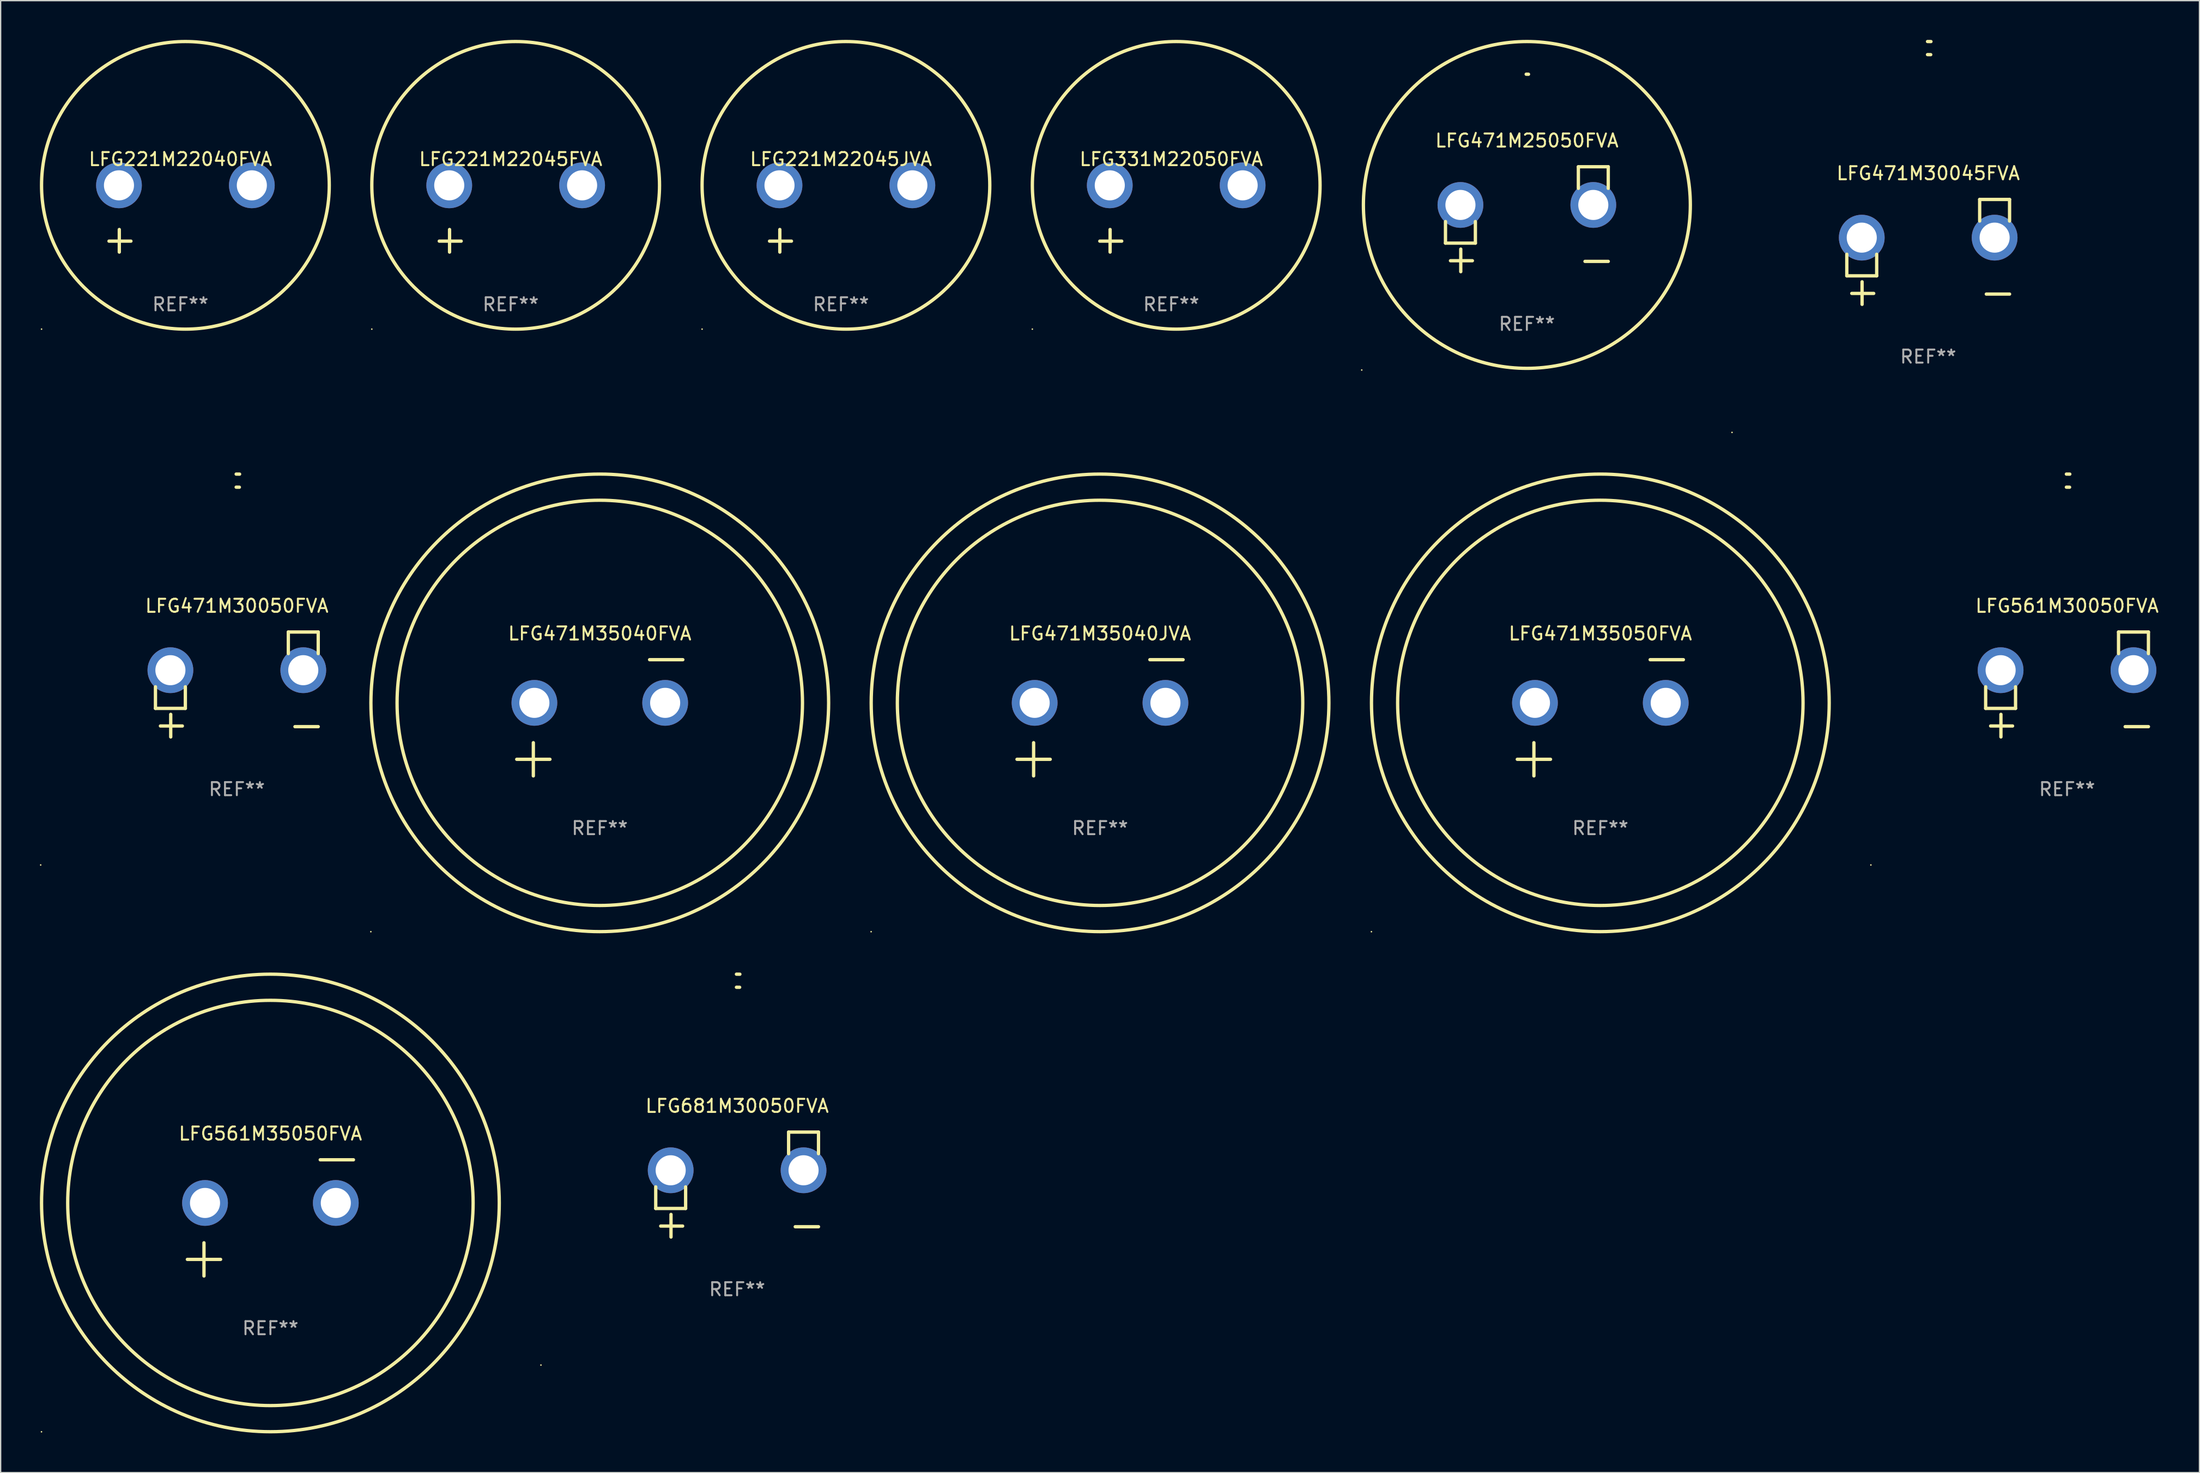
<source format=kicad_pcb>
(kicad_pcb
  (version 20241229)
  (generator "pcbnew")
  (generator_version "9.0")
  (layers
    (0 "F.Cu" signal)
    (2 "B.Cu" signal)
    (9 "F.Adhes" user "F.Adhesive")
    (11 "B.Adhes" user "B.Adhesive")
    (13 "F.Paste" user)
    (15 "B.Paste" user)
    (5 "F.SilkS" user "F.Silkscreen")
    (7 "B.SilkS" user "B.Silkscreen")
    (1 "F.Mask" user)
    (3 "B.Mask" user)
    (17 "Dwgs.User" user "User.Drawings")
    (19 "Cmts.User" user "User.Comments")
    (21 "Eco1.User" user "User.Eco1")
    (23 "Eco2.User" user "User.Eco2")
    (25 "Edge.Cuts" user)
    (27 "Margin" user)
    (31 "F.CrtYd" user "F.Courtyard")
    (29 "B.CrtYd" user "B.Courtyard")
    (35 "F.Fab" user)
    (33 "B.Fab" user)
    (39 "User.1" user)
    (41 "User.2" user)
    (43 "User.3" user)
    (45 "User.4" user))
  (footprint "LFG221M22045FVA"
    (layer "F.Cu")
    (at 36 13.68)
    (property "Reference" "LFG221M22045FVA" (at 0 -4.553 0) (layer "F.SilkS") (effects (font (size 1 1) (thickness 0.15))))
    (attr through_hole)
    (fp_line (start -4.674 2.553) (end -4.674 0.826) (stroke (width 0.254) (type solid)) (layer "F.SilkS"))
    (fp_line (start -3.785 1.715) (end -5.461 1.715) (stroke (width 0.254) (type solid)) (layer "F.SilkS"))
    (fp_circle (center -10.619 8.447) (end -10.589 8.447) (stroke (width 0.06) (type solid)) (fill no) (layer "F.SilkS"))
    (fp_circle (center 0.381 -2.553) (end 11.381 -2.553) (stroke (width 0.254) (type solid)) (fill no) (layer "F.SilkS"))
    (fp_text user "REF**" (at 0 6.553 0) (layer "F.Fab") (effects (font (size 1 1) (thickness 0.15))))
    (pad "1" thru_hole circle (at -4.699 -2.553) (size 3.5 3.5) (drill 2.3) (layers "*.Cu" "*.Mask"))
    (pad "2" thru_hole circle (at 5.461 -2.553) (size 3.5 3.5) (drill 2.3) (layers "*.Cu" "*.Mask")))
  (footprint "LFG221M22040FVA"
    (layer "F.Cu")
    (at 10.746 13.68)
    (property "Reference" "LFG221M22040FVA" (at 0 -4.553 0) (layer "F.SilkS") (effects (font (size 1 1) (thickness 0.15))))
    (attr through_hole)
    (fp_line (start -4.674 2.553) (end -4.674 0.826) (stroke (width 0.254) (type solid)) (layer "F.SilkS"))
    (fp_line (start -3.785 1.715) (end -5.461 1.715) (stroke (width 0.254) (type solid)) (layer "F.SilkS"))
    (fp_circle (center -10.619 8.447) (end -10.589 8.447) (stroke (width 0.06) (type solid)) (fill no) (layer "F.SilkS"))
    (fp_circle (center 0.381 -2.553) (end 11.381 -2.553) (stroke (width 0.254) (type solid)) (fill no) (layer "F.SilkS"))
    (fp_text user "REF**" (at 0 6.553 0) (layer "F.Fab") (effects (font (size 1 1) (thickness 0.15))))
    (pad "1" thru_hole circle (at -4.699 -2.553) (size 3.5 3.5) (drill 2.3) (layers "*.Cu" "*.Mask"))
    (pad "2" thru_hole circle (at 5.461 -2.553) (size 3.5 3.5) (drill 2.3) (layers "*.Cu" "*.Mask")))
  (footprint "LFG331M22050FVA"
    (layer "F.Cu")
    (at 86.508 13.68)
    (property "Reference" "LFG331M22050FVA" (at 0 -4.553 0) (layer "F.SilkS") (effects (font (size 1 1) (thickness 0.15))))
    (attr through_hole)
    (fp_line (start -4.674 2.553) (end -4.674 0.826) (stroke (width 0.254) (type solid)) (layer "F.SilkS"))
    (fp_line (start -3.785 1.715) (end -5.461 1.715) (stroke (width 0.254) (type solid)) (layer "F.SilkS"))
    (fp_circle (center -10.619 8.447) (end -10.589 8.447) (stroke (width 0.06) (type solid)) (fill no) (layer "F.SilkS"))
    (fp_circle (center 0.381 -2.553) (end 11.381 -2.553) (stroke (width 0.254) (type solid)) (fill no) (layer "F.SilkS"))
    (fp_text user "REF**" (at 0 6.553 0) (layer "F.Fab") (effects (font (size 1 1) (thickness 0.15))))
    (pad "1" thru_hole circle (at -4.699 -2.553) (size 3.5 3.5) (drill 2.3) (layers "*.Cu" "*.Mask"))
    (pad "2" thru_hole circle (at 5.461 -2.553) (size 3.5 3.5) (drill 2.3) (layers "*.Cu" "*.Mask")))
  (footprint "LFG471M35040JVA"
    (layer "F.Cu")
    (at 81.066 51.858)
    (property "Reference" "LFG471M35040JVA" (at 0 -6.445 0) (layer "F.SilkS") (effects (font (size 1 1) (thickness 0.15))))
    (attr through_hole)
    (fp_line (start -6.35 3.175) (end -3.81 3.175) (stroke (width 0.254) (type solid)) (layer "F.SilkS"))
    (fp_line (start -5.08 1.905) (end -5.08 4.445) (stroke (width 0.254) (type solid)) (layer "F.SilkS"))
    (fp_line (start 3.81 -4.445) (end 6.35 -4.445) (stroke (width 0.254) (type solid)) (layer "F.SilkS"))
    (fp_circle (center -17.505 16.362) (end -17.475 16.362) (stroke (width 0.06) (type solid)) (fill no) (layer "F.SilkS"))
    (fp_circle (center 0 -1.143) (end 15.5 -1.143) (stroke (width 0.254) (type solid)) (fill no) (layer "F.SilkS"))
    (fp_circle (center 0 -1.143) (end 17.5 -1.143) (stroke (width 0.254) (type solid)) (fill no) (layer "F.SilkS"))
    (fp_text user "REF**" (at 0 8.445 0) (layer "F.Fab") (effects (font (size 1 1) (thickness 0.15))))
    (pad "1" thru_hole circle (at -5 -1.143) (size 3.5 3.5) (drill 2.3) (layers "*.Cu" "*.Mask"))
    (pad "2" thru_hole circle (at 5 -1.143) (size 3.5 3.5) (drill 2.3) (layers "*.Cu" "*.Mask")))
  (footprint "LFG471M30045FVA"
    (layer "F.Cu")
    (at 144.39 16.22)
    (property "Reference" "LFG471M30045FVA" (at 0 -6.013 0) (layer "F.SilkS") (effects (font (size 1 1) (thickness 0.15))))
    (attr through_hole)
    (fp_line (start -6.223 0.178) (end -6.223 1.829) (stroke (width 0.254) (type solid)) (layer "F.SilkS"))
    (fp_line (start -6.223 1.829) (end -3.937 1.829) (stroke (width 0.254) (type solid)) (layer "F.SilkS"))
    (fp_line (start -5.055 4.013) (end -5.055 2.286) (stroke (width 0.254) (type solid)) (layer "F.SilkS"))
    (fp_line (start -4.166 3.175) (end -5.842 3.175) (stroke (width 0.254) (type solid)) (layer "F.SilkS"))
    (fp_line (start -3.937 1.829) (end -3.937 0.178) (stroke (width 0.254) (type solid)) (layer "F.SilkS"))
    (fp_line (start 3.937 -4.013) (end 3.937 -2.362) (stroke (width 0.254) (type solid)) (layer "F.SilkS"))
    (fp_line (start 6.223 -4.013) (end 3.937 -4.013) (stroke (width 0.254) (type solid)) (layer "F.SilkS"))
    (fp_line (start 6.223 -2.362) (end 6.223 -4.013) (stroke (width 0.254) (type solid)) (layer "F.SilkS"))
    (fp_line (start 6.223 3.226) (end 4.445 3.226) (stroke (width 0.254) (type solid)) (layer "F.SilkS"))
    (fp_arc (start -0.0508 -16.093472) (mid 0.080016 -16.092762) (end 0.210821 -16.090932) (stroke (width 0.254001) (type solid)) (layer "F.SilkS"))
    (fp_arc (start -0.0508 -15.09271) (mid 0.071125 -15.091961) (end 0.19304 -15.09017) (stroke (width 0.254001) (type solid)) (layer "F.SilkS"))
    (fp_circle (center -15 13.808) (end -14.97 13.808) (stroke (width 0.06) (type solid)) (fill no) (layer "F.SilkS"))
    (fp_text user "REF**" (at 0 8.013 0) (layer "F.Fab") (effects (font (size 1 1) (thickness 0.15))))
    (pad "1" thru_hole circle (at -5.08 -1.092) (size 3.5 3.5) (drill 2.3) (layers "*.Cu" "*.Mask"))
    (pad "2" thru_hole circle (at 5.08 -1.092) (size 3.5 3.5) (drill 2.3) (layers "*.Cu" "*.Mask")))
  (footprint "LFG561M35050FVA"
    (layer "F.Cu")
    (at 17.627 90.113)
    (property "Reference" "LFG561M35050FVA" (at 0 -6.445 0) (layer "F.SilkS") (effects (font (size 1 1) (thickness 0.15))))
    (attr through_hole)
    (fp_line (start -6.35 3.175) (end -3.81 3.175) (stroke (width 0.254) (type solid)) (layer "F.SilkS"))
    (fp_line (start -5.08 1.905) (end -5.08 4.445) (stroke (width 0.254) (type solid)) (layer "F.SilkS"))
    (fp_line (start 3.81 -4.445) (end 6.35 -4.445) (stroke (width 0.254) (type solid)) (layer "F.SilkS"))
    (fp_circle (center -17.505 16.362) (end -17.475 16.362) (stroke (width 0.06) (type solid)) (fill no) (layer "F.SilkS"))
    (fp_circle (center 0 -1.143) (end 15.5 -1.143) (stroke (width 0.254) (type solid)) (fill no) (layer "F.SilkS"))
    (fp_circle (center 0 -1.143) (end 17.5 -1.143) (stroke (width 0.254) (type solid)) (fill no) (layer "F.SilkS"))
    (fp_text user "REF**" (at 0 8.445 0) (layer "F.Fab") (effects (font (size 1 1) (thickness 0.15))))
    (pad "1" thru_hole circle (at -5 -1.143) (size 3.5 3.5) (drill 2.3) (layers "*.Cu" "*.Mask"))
    (pad "2" thru_hole circle (at 5 -1.143) (size 3.5 3.5) (drill 2.3) (layers "*.Cu" "*.Mask")))
  (footprint "LFG471M25050FVA"
    (layer "F.Cu")
    (at 113.703 13.719)
    (property "Reference" "LFG471M25050FVA" (at 0 -6.013 0) (layer "F.SilkS") (effects (font (size 1 1) (thickness 0.15))))
    (attr through_hole)
    (fp_line (start -6.223 0.178) (end -6.223 1.829) (stroke (width 0.254) (type solid)) (layer "F.SilkS"))
    (fp_line (start -6.223 1.829) (end -3.937 1.829) (stroke (width 0.254) (type solid)) (layer "F.SilkS"))
    (fp_line (start -5.055 4.013) (end -5.055 2.286) (stroke (width 0.254) (type solid)) (layer "F.SilkS"))
    (fp_line (start -4.166 3.175) (end -5.842 3.175) (stroke (width 0.254) (type solid)) (layer "F.SilkS"))
    (fp_line (start -3.937 1.829) (end -3.937 0.178) (stroke (width 0.254) (type solid)) (layer "F.SilkS"))
    (fp_line (start 3.937 -4.013) (end 3.937 -2.362) (stroke (width 0.254) (type solid)) (layer "F.SilkS"))
    (fp_line (start 6.223 -4.013) (end 3.937 -4.013) (stroke (width 0.254) (type solid)) (layer "F.SilkS"))
    (fp_line (start 6.223 -2.362) (end 6.223 -4.013) (stroke (width 0.254) (type solid)) (layer "F.SilkS"))
    (fp_line (start 6.223 3.226) (end 4.445 3.226) (stroke (width 0.254) (type solid)) (layer "F.SilkS"))
    (fp_arc (start -0.0508 -11.092202) (mid 0.036835 -11.091307) (end 0.12446 -11.089662) (stroke (width 0.254001) (type solid)) (layer "F.SilkS"))
    (fp_circle (center -12.627 11.535) (end -12.597 11.535) (stroke (width 0.06) (type solid)) (fill no) (layer "F.SilkS"))
    (fp_circle (center 0 -1.092) (end 12.5 -1.092) (stroke (width 0.254) (type solid)) (fill no) (layer "F.SilkS"))
    (fp_text user "REF**" (at 0 8.013 0) (layer "F.Fab") (effects (font (size 1 1) (thickness 0.15))))
    (pad "1" thru_hole circle (at -5.08 -1.092) (size 3.5 3.5) (drill 2.3) (layers "*.Cu" "*.Mask"))
    (pad "2" thru_hole circle (at 5.08 -1.092) (size 3.5 3.5) (drill 2.3) (layers "*.Cu" "*.Mask")))
  (footprint "LFG471M35050FVA"
    (layer "F.Cu")
    (at 119.321 51.858)
    (property "Reference" "LFG471M35050FVA" (at 0 -6.445 0) (layer "F.SilkS") (effects (font (size 1 1) (thickness 0.15))))
    (attr through_hole)
    (fp_line (start -6.35 3.175) (end -3.81 3.175) (stroke (width 0.254) (type solid)) (layer "F.SilkS"))
    (fp_line (start -5.08 1.905) (end -5.08 4.445) (stroke (width 0.254) (type solid)) (layer "F.SilkS"))
    (fp_line (start 3.81 -4.445) (end 6.35 -4.445) (stroke (width 0.254) (type solid)) (layer "F.SilkS"))
    (fp_circle (center -17.505 16.362) (end -17.475 16.362) (stroke (width 0.06) (type solid)) (fill no) (layer "F.SilkS"))
    (fp_circle (center 0 -1.143) (end 15.5 -1.143) (stroke (width 0.254) (type solid)) (fill no) (layer "F.SilkS"))
    (fp_circle (center 0 -1.143) (end 17.5 -1.143) (stroke (width 0.254) (type solid)) (fill no) (layer "F.SilkS"))
    (fp_text user "REF**" (at 0 8.445 0) (layer "F.Fab") (effects (font (size 1 1) (thickness 0.15))))
    (pad "1" thru_hole circle (at -5 -1.143) (size 3.5 3.5) (drill 2.3) (layers "*.Cu" "*.Mask"))
    (pad "2" thru_hole circle (at 5 -1.143) (size 3.5 3.5) (drill 2.3) (layers "*.Cu" "*.Mask")))
  (footprint "LFG221M22045JVA"
    (layer "F.Cu")
    (at 61.254 13.68)
    (property "Reference" "LFG221M22045JVA" (at 0 -4.553 0) (layer "F.SilkS") (effects (font (size 1 1) (thickness 0.15))))
    (attr through_hole)
    (fp_line (start -4.674 2.553) (end -4.674 0.826) (stroke (width 0.254) (type solid)) (layer "F.SilkS"))
    (fp_line (start -3.785 1.715) (end -5.461 1.715) (stroke (width 0.254) (type solid)) (layer "F.SilkS"))
    (fp_circle (center -10.619 8.447) (end -10.589 8.447) (stroke (width 0.06) (type solid)) (fill no) (layer "F.SilkS"))
    (fp_circle (center 0.381 -2.553) (end 11.381 -2.553) (stroke (width 0.254) (type solid)) (fill no) (layer "F.SilkS"))
    (fp_text user "REF**" (at 0 6.553 0) (layer "F.Fab") (effects (font (size 1 1) (thickness 0.15))))
    (pad "1" thru_hole circle (at -4.699 -2.553) (size 3.5 3.5) (drill 2.3) (layers "*.Cu" "*.Mask"))
    (pad "2" thru_hole circle (at 5.461 -2.553) (size 3.5 3.5) (drill 2.3) (layers "*.Cu" "*.Mask")))
  (footprint "LFG471M35040FVA"
    (layer "F.Cu")
    (at 42.812 51.858)
    (property "Reference" "LFG471M35040FVA" (at 0 -6.445 0) (layer "F.SilkS") (effects (font (size 1 1) (thickness 0.15))))
    (attr through_hole)
    (fp_line (start -6.35 3.175) (end -3.81 3.175) (stroke (width 0.254) (type solid)) (layer "F.SilkS"))
    (fp_line (start -5.08 1.905) (end -5.08 4.445) (stroke (width 0.254) (type solid)) (layer "F.SilkS"))
    (fp_line (start 3.81 -4.445) (end 6.35 -4.445) (stroke (width 0.254) (type solid)) (layer "F.SilkS"))
    (fp_circle (center -17.505 16.362) (end -17.475 16.362) (stroke (width 0.06) (type solid)) (fill no) (layer "F.SilkS"))
    (fp_circle (center 0 -1.143) (end 15.5 -1.143) (stroke (width 0.254) (type solid)) (fill no) (layer "F.SilkS"))
    (fp_circle (center 0 -1.143) (end 17.5 -1.143) (stroke (width 0.254) (type solid)) (fill no) (layer "F.SilkS"))
    (fp_text user "REF**" (at 0 8.445 0) (layer "F.Fab") (effects (font (size 1 1) (thickness 0.15))))
    (pad "1" thru_hole circle (at -5 -1.143) (size 3.5 3.5) (drill 2.3) (layers "*.Cu" "*.Mask"))
    (pad "2" thru_hole circle (at 5 -1.143) (size 3.5 3.5) (drill 2.3) (layers "*.Cu" "*.Mask")))
  (footprint "LFG561M30050FVA"
    (layer "F.Cu")
    (at 155.008 49.309)
    (property "Reference" "LFG561M30050FVA" (at 0 -6.013 0) (layer "F.SilkS") (effects (font (size 1 1) (thickness 0.15))))
    (attr through_hole)
    (fp_line (start -6.223 0.178) (end -6.223 1.829) (stroke (width 0.254) (type solid)) (layer "F.SilkS"))
    (fp_line (start -6.223 1.829) (end -3.937 1.829) (stroke (width 0.254) (type solid)) (layer "F.SilkS"))
    (fp_line (start -5.055 4.013) (end -5.055 2.286) (stroke (width 0.254) (type solid)) (layer "F.SilkS"))
    (fp_line (start -4.166 3.175) (end -5.842 3.175) (stroke (width 0.254) (type solid)) (layer "F.SilkS"))
    (fp_line (start -3.937 1.829) (end -3.937 0.178) (stroke (width 0.254) (type solid)) (layer "F.SilkS"))
    (fp_line (start 3.937 -4.013) (end 3.937 -2.362) (stroke (width 0.254) (type solid)) (layer "F.SilkS"))
    (fp_line (start 6.223 -4.013) (end 3.937 -4.013) (stroke (width 0.254) (type solid)) (layer "F.SilkS"))
    (fp_line (start 6.223 -2.362) (end 6.223 -4.013) (stroke (width 0.254) (type solid)) (layer "F.SilkS"))
    (fp_line (start 6.223 3.226) (end 4.445 3.226) (stroke (width 0.254) (type solid)) (layer "F.SilkS"))
    (fp_arc (start -0.0508 -16.093472) (mid 0.080016 -16.092762) (end 0.210821 -16.090932) (stroke (width 0.254001) (type solid)) (layer "F.SilkS"))
    (fp_arc (start -0.0508 -15.09271) (mid 0.071125 -15.091961) (end 0.19304 -15.09017) (stroke (width 0.254001) (type solid)) (layer "F.SilkS"))
    (fp_circle (center -15 13.808) (end -14.97 13.808) (stroke (width 0.06) (type solid)) (fill no) (layer "F.SilkS"))
    (fp_text user "REF**" (at 0 8.013 0) (layer "F.Fab") (effects (font (size 1 1) (thickness 0.15))))
    (pad "1" thru_hole circle (at -5.08 -1.092) (size 3.5 3.5) (drill 2.3) (layers "*.Cu" "*.Mask"))
    (pad "2" thru_hole circle (at 5.08 -1.092) (size 3.5 3.5) (drill 2.3) (layers "*.Cu" "*.Mask")))
  (footprint "LFG681M30050FVA"
    (layer "F.Cu")
    (at 53.314 87.563)
    (property "Reference" "LFG681M30050FVA" (at 0 -6.013 0) (layer "F.SilkS") (effects (font (size 1 1) (thickness 0.15))))
    (attr through_hole)
    (fp_line (start -6.223 0.178) (end -6.223 1.829) (stroke (width 0.254) (type solid)) (layer "F.SilkS"))
    (fp_line (start -6.223 1.829) (end -3.937 1.829) (stroke (width 0.254) (type solid)) (layer "F.SilkS"))
    (fp_line (start -5.055 4.013) (end -5.055 2.286) (stroke (width 0.254) (type solid)) (layer "F.SilkS"))
    (fp_line (start -4.166 3.175) (end -5.842 3.175) (stroke (width 0.254) (type solid)) (layer "F.SilkS"))
    (fp_line (start -3.937 1.829) (end -3.937 0.178) (stroke (width 0.254) (type solid)) (layer "F.SilkS"))
    (fp_line (start 3.937 -4.013) (end 3.937 -2.362) (stroke (width 0.254) (type solid)) (layer "F.SilkS"))
    (fp_line (start 6.223 -4.013) (end 3.937 -4.013) (stroke (width 0.254) (type solid)) (layer "F.SilkS"))
    (fp_line (start 6.223 -2.362) (end 6.223 -4.013) (stroke (width 0.254) (type solid)) (layer "F.SilkS"))
    (fp_line (start 6.223 3.226) (end 4.445 3.226) (stroke (width 0.254) (type solid)) (layer "F.SilkS"))
    (fp_arc (start -0.0508 -16.093472) (mid 0.080016 -16.092762) (end 0.210821 -16.090932) (stroke (width 0.254001) (type solid)) (layer "F.SilkS"))
    (fp_arc (start -0.0508 -15.09271) (mid 0.071125 -15.091961) (end 0.19304 -15.09017) (stroke (width 0.254001) (type solid)) (layer "F.SilkS"))
    (fp_circle (center -15 13.808) (end -14.97 13.808) (stroke (width 0.06) (type solid)) (fill no) (layer "F.SilkS"))
    (fp_text user "REF**" (at 0 8.013 0) (layer "F.Fab") (effects (font (size 1 1) (thickness 0.15))))
    (pad "1" thru_hole circle (at -5.08 -1.092) (size 3.5 3.5) (drill 2.3) (layers "*.Cu" "*.Mask"))
    (pad "2" thru_hole circle (at 5.08 -1.092) (size 3.5 3.5) (drill 2.3) (layers "*.Cu" "*.Mask")))
  (footprint "LFG471M30050FVA"
    (layer "F.Cu")
    (at 15.06 49.309)
    (property "Reference" "LFG471M30050FVA" (at 0 -6.013 0) (layer "F.SilkS") (effects (font (size 1 1) (thickness 0.15))))
    (attr through_hole)
    (fp_line (start -6.223 0.178) (end -6.223 1.829) (stroke (width 0.254) (type solid)) (layer "F.SilkS"))
    (fp_line (start -6.223 1.829) (end -3.937 1.829) (stroke (width 0.254) (type solid)) (layer "F.SilkS"))
    (fp_line (start -5.055 4.013) (end -5.055 2.286) (stroke (width 0.254) (type solid)) (layer "F.SilkS"))
    (fp_line (start -4.166 3.175) (end -5.842 3.175) (stroke (width 0.254) (type solid)) (layer "F.SilkS"))
    (fp_line (start -3.937 1.829) (end -3.937 0.178) (stroke (width 0.254) (type solid)) (layer "F.SilkS"))
    (fp_line (start 3.937 -4.013) (end 3.937 -2.362) (stroke (width 0.254) (type solid)) (layer "F.SilkS"))
    (fp_line (start 6.223 -4.013) (end 3.937 -4.013) (stroke (width 0.254) (type solid)) (layer "F.SilkS"))
    (fp_line (start 6.223 -2.362) (end 6.223 -4.013) (stroke (width 0.254) (type solid)) (layer "F.SilkS"))
    (fp_line (start 6.223 3.226) (end 4.445 3.226) (stroke (width 0.254) (type solid)) (layer "F.SilkS"))
    (fp_arc (start -0.0508 -16.093472) (mid 0.080016 -16.092762) (end 0.210821 -16.090932) (stroke (width 0.254001) (type solid)) (layer "F.SilkS"))
    (fp_arc (start -0.0508 -15.09271) (mid 0.071125 -15.091961) (end 0.19304 -15.09017) (stroke (width 0.254001) (type solid)) (layer "F.SilkS"))
    (fp_circle (center -15 13.808) (end -14.97 13.808) (stroke (width 0.06) (type solid)) (fill no) (layer "F.SilkS"))
    (fp_text user "REF**" (at 0 8.013 0) (layer "F.Fab") (effects (font (size 1 1) (thickness 0.15))))
    (pad "1" thru_hole circle (at -5.08 -1.092) (size 3.5 3.5) (drill 2.3) (layers "*.Cu" "*.Mask"))
    (pad "2" thru_hole circle (at 5.08 -1.092) (size 3.5 3.5) (drill 2.3) (layers "*.Cu" "*.Mask")))
  (gr_rect
    (start -3 -3)
    (end 165.133 109.597)
    (stroke (width 0.1) (type default))
    (fill no)
    (layer "Edge.Cuts")))
</source>
